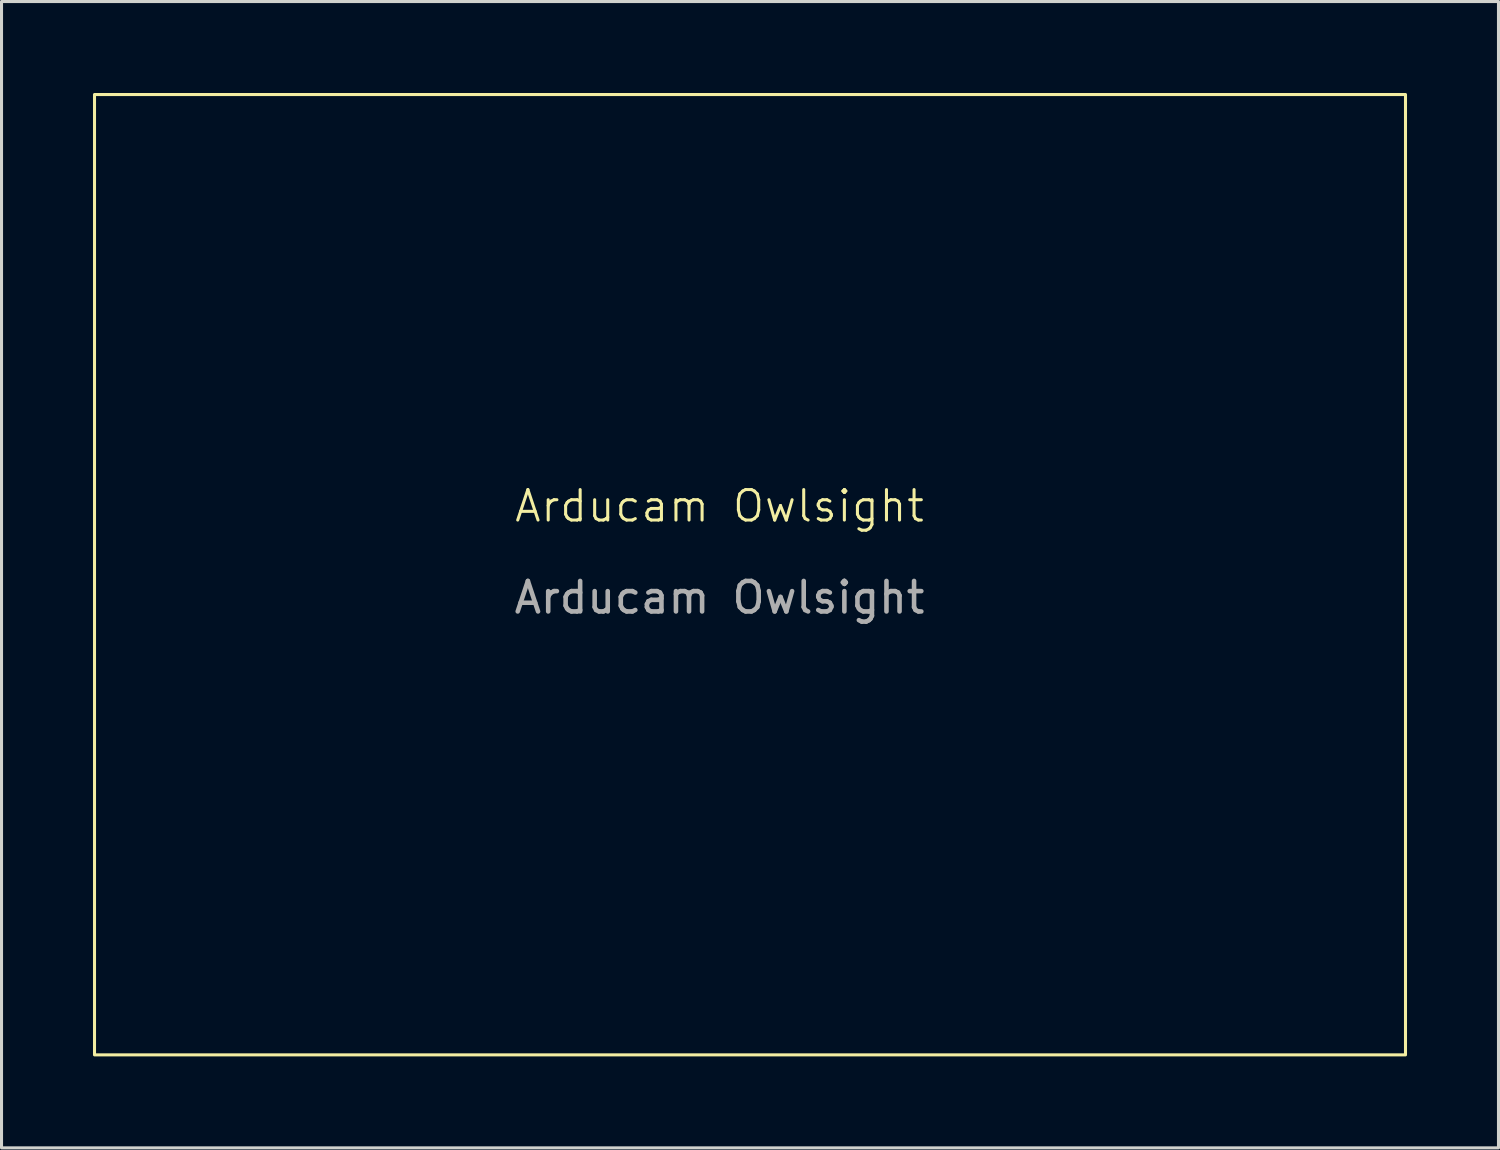
<source format=kicad_pcb>
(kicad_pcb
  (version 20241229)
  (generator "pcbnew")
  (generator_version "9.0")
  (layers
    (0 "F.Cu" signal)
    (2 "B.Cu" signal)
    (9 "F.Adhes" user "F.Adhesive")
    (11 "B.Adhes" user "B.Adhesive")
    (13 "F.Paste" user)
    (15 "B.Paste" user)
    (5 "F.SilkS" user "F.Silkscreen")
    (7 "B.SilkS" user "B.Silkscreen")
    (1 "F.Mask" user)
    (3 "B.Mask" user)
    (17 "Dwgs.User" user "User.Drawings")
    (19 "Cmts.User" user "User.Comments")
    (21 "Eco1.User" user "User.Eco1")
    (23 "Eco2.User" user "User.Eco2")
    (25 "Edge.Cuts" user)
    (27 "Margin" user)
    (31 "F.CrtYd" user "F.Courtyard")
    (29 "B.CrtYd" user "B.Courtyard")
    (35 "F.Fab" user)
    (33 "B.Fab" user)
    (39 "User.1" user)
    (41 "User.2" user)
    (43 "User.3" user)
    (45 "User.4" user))
  (footprint "Arducam Owlsight"
    (layer "F.Cu")
    (at 20.55 14.05)
    (property "Reference" "Arducam Owlsight" (at 0 -0.5 0) (unlocked yes) (layer "F.SilkS") (effects (font (size 1 1) (thickness 0.1))))
    (attr smd)
    (fp_rect (start -20.5 -14) (end 22.5 17.5) (stroke (width 0.1) (type default)) (fill no) (layer "F.SilkS"))
    (fp_text user "${REFERENCE}" (at 0 2.5 0) (unlocked yes) (layer "F.Fab") (effects (font (size 1 1) (thickness 0.15)))))
  (gr_rect
    (start -3 -3)
    (end 46.1 34.6)
    (stroke (width 0.1) (type default))
    (fill no)
    (layer "Edge.Cuts")))
</source>
